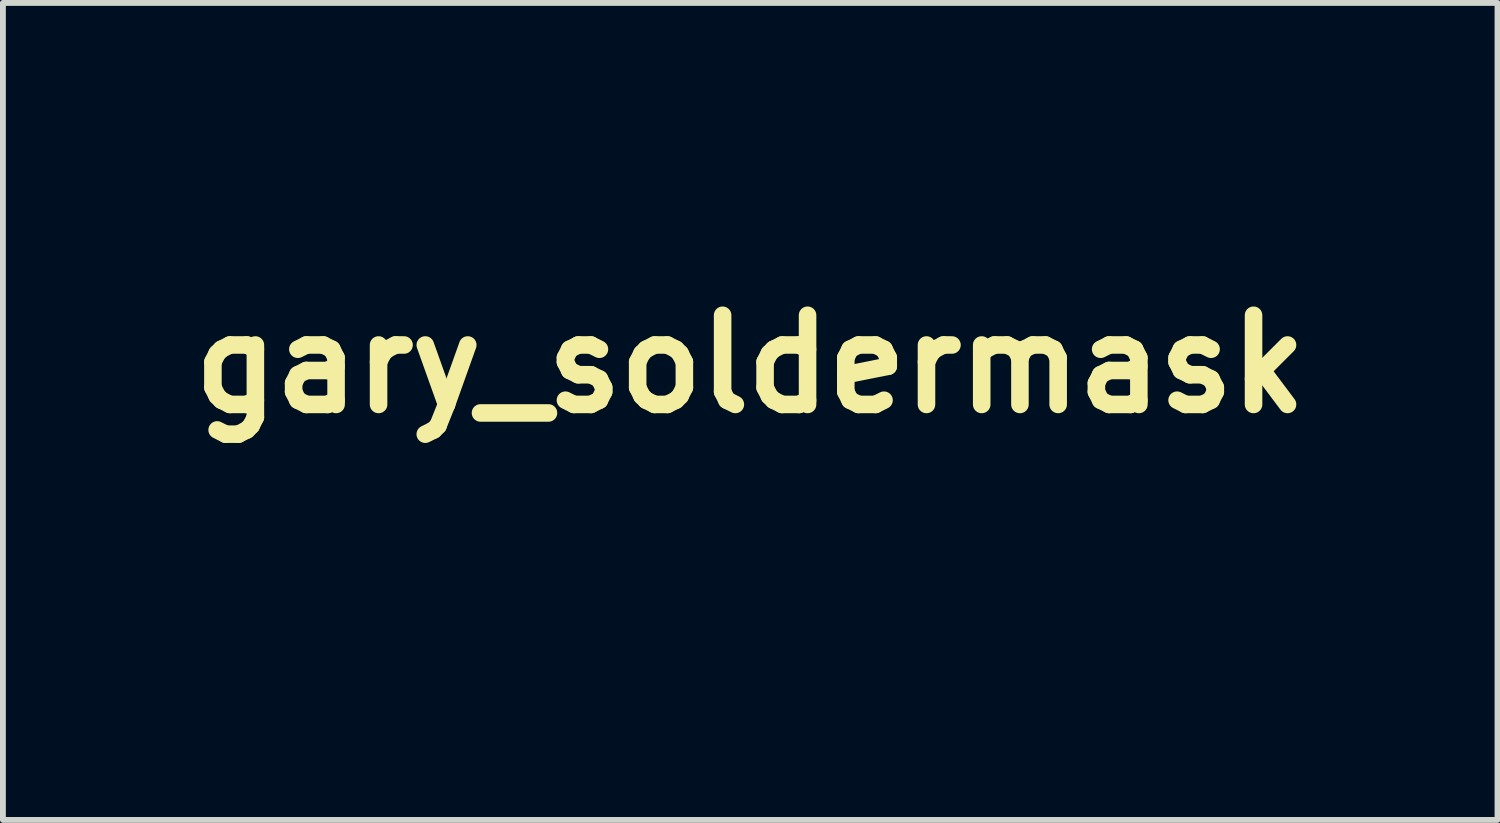
<source format=kicad_pcb>
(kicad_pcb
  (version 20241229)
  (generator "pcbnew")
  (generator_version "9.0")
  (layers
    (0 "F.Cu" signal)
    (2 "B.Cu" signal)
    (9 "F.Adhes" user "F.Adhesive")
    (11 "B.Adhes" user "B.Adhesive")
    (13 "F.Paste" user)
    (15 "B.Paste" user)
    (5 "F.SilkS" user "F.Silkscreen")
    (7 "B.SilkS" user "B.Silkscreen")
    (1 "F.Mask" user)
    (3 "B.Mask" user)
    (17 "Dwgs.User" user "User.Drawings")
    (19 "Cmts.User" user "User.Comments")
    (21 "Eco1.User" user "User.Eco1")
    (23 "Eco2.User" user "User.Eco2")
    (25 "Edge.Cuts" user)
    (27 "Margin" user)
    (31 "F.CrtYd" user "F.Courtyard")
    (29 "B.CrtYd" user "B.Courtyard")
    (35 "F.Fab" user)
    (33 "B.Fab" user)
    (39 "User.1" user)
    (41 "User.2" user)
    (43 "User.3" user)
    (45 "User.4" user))
  (footprint "gary_soldermask"
    (layer "F.Cu")
    (at 9.768 3.171)
    (property "Reference" "gary_soldermask" (at 0 0 0) (layer "F.SilkS") (effects (font (size 1.524 1.524) (thickness 0.3))))
    (attr through_hole)
    (fp_poly (pts (xy -3.857 3.352) (xy -3.864 3.354) (xy -3.859 3.347) (xy -3.857 3.352)) (stroke (width 0.01) (type solid)) (fill yes) (layer "F.Mask"))
    (fp_poly (pts (xy -2.625 3.958) (xy -2.646 3.979) (xy -2.667 3.958) (xy -2.646 3.937) (xy -2.625 3.958)) (stroke (width 0.01) (type solid)) (fill yes) (layer "F.Mask"))
    (fp_poly (pts (xy -0.169 4.763) (xy -0.191 4.784) (xy -0.212 4.763) (xy -0.191 4.741) (xy -0.169 4.763)) (stroke (width 0.01) (type solid)) (fill yes) (layer "F.Mask"))
    (fp_poly (pts (xy 1.947 -1.249) (xy 1.926 -1.228) (xy 1.905 -1.249) (xy 1.926 -1.27) (xy 1.947 -1.249)) (stroke (width 0.01) (type solid)) (fill yes) (layer "F.Mask"))
    (fp_poly (pts (xy -1.369 0.032) (xy -1.363 0.118) (xy -1.369 0.138) (xy -1.384 0.143) (xy -1.39 0.085) (xy -1.384 0.025) (xy -1.369 0.032)) (stroke (width 0.01) (type solid)) (fill yes) (layer "F.Mask"))
    (fp_poly (pts (xy -0.734 3.062) (xy -0.729 3.112) (xy -0.734 3.119) (xy -0.759 3.113) (xy -0.762 3.09) (xy -0.747 3.055) (xy -0.734 3.062)) (stroke (width 0.01) (type solid)) (fill yes) (layer "F.Mask"))
    (fp_poly (pts (xy -0.733 3.463) (xy -0.728 3.53) (xy -0.736 3.545) (xy -0.756 3.532) (xy -0.759 3.489) (xy -0.748 3.444) (xy -0.733 3.463)) (stroke (width 0.01) (type solid)) (fill yes) (layer "F.Mask"))
    (fp_poly (pts (xy -0.691 3.294) (xy -0.686 3.36) (xy -0.694 3.375) (xy -0.713 3.363) (xy -0.716 3.32) (xy -0.706 3.274) (xy -0.691 3.294)) (stroke (width 0.01) (type solid)) (fill yes) (layer "F.Mask"))
    (fp_poly (pts (xy 0.414 0.15) (xy 0.372 0.197) (xy 0.334 0.212) (xy 0.323 0.187) (xy 0.348 0.152) (xy 0.399 0.11) (xy 0.417 0.107) (xy 0.414 0.15)) (stroke (width 0.01) (type solid)) (fill yes) (layer "F.Mask"))
    (fp_poly (pts (xy -3.375 3.274) (xy -3.374 3.288) (xy -3.44 3.294) (xy -3.45 3.294) (xy -3.516 3.288) (xy -3.51 3.275) (xy -3.502 3.273) (xy -3.41 3.266) (xy -3.375 3.274)) (stroke (width 0.01) (type solid)) (fill yes) (layer "F.Mask"))
    (fp_poly (pts (xy -3.169 3.326) (xy -3.133 3.344) (xy -3.099 3.376) (xy -3.13 3.38) (xy -3.209 3.356) (xy -3.239 3.344) (xy -3.286 3.315) (xy -3.26 3.306) (xy -3.169 3.326)) (stroke (width 0.01) (type solid)) (fill yes) (layer "F.Mask"))
    (fp_poly (pts (xy -0.773 3.654) (xy -0.759 3.666) (xy -0.818 3.673) (xy -0.847 3.673) (xy -0.924 3.669) (xy -0.933 3.658) (xy -0.921 3.654) (xy -0.813 3.647) (xy -0.773 3.654)) (stroke (width 0.01) (type solid)) (fill yes) (layer "F.Mask"))
    (fp_poly (pts (xy 0.045 1.456) (xy 0.145 1.467) (xy 0.259 1.485) (xy 0.365 1.505) (xy 0.439 1.525) (xy 0.445 1.527) (xy 0.489 1.552) (xy 0.456 1.558) (xy 0.354 1.545) (xy 0.214 1.52) (xy 0.09 1.493) (xy 0.000039 1.469) (xy -0.019 1.463) (xy -0.017 1.453) (xy 0.045 1.456)) (stroke (width 0.01) (type solid)) (fill yes) (layer "F.Mask"))
    (fp_poly (pts (xy -1.367 2.812) (xy -1.275 2.833) (xy -1.134 2.858) (xy -1.007 2.876) (xy -0.873 2.894) (xy -0.819 2.905) (xy -0.84 2.91) (xy -0.931 2.911) (xy -1.086 2.904) (xy -1.233 2.885) (xy -1.262 2.879) (xy -1.365 2.848) (xy -1.429 2.817) (xy -1.431 2.815) (xy -1.421 2.801) (xy -1.367 2.812)) (stroke (width 0.01) (type solid)) (fill yes) (layer "F.Mask"))
    (fp_poly (pts (xy 0.178 1.283) (xy 0.315 1.301) (xy 0.444 1.33) (xy 0.535 1.366) (xy 0.555 1.382) (xy 0.588 1.44) (xy 0.587 1.459) (xy 0.553 1.446) (xy 0.528 1.414) (xy 0.457 1.371) (xy 0.312 1.347) (xy 0.225 1.342) (xy 0.096 1.333) (xy 0.014 1.316) (xy -0.002 1.298) (xy 0.062 1.28) (xy 0.178 1.283)) (stroke (width 0.01) (type solid)) (fill yes) (layer "F.Mask"))
    (fp_poly (pts (xy -0.042 1.635) (xy 0.019 1.674) (xy 0.125 1.719) (xy 0.262 1.734) (xy 0.391 1.719) (xy 0.462 1.683) (xy 0.503 1.653) (xy 0.5 1.69) (xy 0.499 1.693) (xy 0.444 1.744) (xy 0.336 1.769) (xy 0.201 1.766) (xy 0.066 1.736) (xy -0.021 1.694) (xy -0.093 1.64) (xy -0.112 1.612) (xy -0.106 1.61) (xy -0.042 1.635)) (stroke (width 0.01) (type solid)) (fill yes) (layer "F.Mask"))
    (fp_poly (pts (xy -0.468 -0.148) (xy -0.349 -0.099) (xy -0.194 -0.031) (xy -0.048 0.029) (xy 0.032 0.059) (xy 0.124 0.098) (xy 0.169 0.134) (xy 0.169 0.137) (xy 0.161 0.16) (xy 0.127 0.16) (xy 0.055 0.134) (xy -0.071 0.076) (xy -0.19 0.018) (xy -0.337 -0.051) (xy -0.459 -0.102) (xy -0.532 -0.126) (xy -0.539 -0.127) (xy -0.589 -0.153) (xy -0.593 -0.169) (xy -0.558 -0.174) (xy -0.468 -0.148)) (stroke (width 0.01) (type solid)) (fill yes) (layer "F.Mask"))
    (fp_poly (pts (xy -2.003 0.318) (xy -1.933 0.42) (xy -1.882 0.534) (xy -1.872 0.623) (xy -1.889 0.646) (xy -1.911 0.587) (xy -1.916 0.561) (xy -1.952 0.454) (xy -1.997 0.43) (xy -2.051 0.491) (xy -2.065 0.519) (xy -2.1 0.575) (xy -2.113 0.553) (xy -2.114 0.545) (xy -2.086 0.463) (xy -2.049 0.42) (xy -2.006 0.372) (xy -2.03 0.329) (xy -2.06 0.304) (xy -2.102 0.264) (xy -2.075 0.263) (xy -2.003 0.318)) (stroke (width 0.01) (type solid)) (fill yes) (layer "F.Mask"))
    (fp_poly (pts (xy -3.664 3.392) (xy -3.78 3.578) (xy -3.844 3.796) (xy -3.852 4.017) (xy -3.799 4.214) (xy -3.793 4.225) (xy -3.752 4.32) (xy -3.706 4.446) (xy -3.664 4.578) (xy -3.633 4.693) (xy -3.619 4.768) (xy -3.623 4.784) (xy -3.652 4.75) (xy -3.669 4.71) (xy -3.697 4.632) (xy -3.745 4.506) (xy -3.794 4.38) (xy -3.882 4.067) (xy -3.895 3.779) (xy -3.855 3.585) (xy -3.825 3.466) (xy -3.835 3.391) (xy -3.853 3.365) (xy -3.857 3.352) (xy -3.577 3.292) (xy -3.664 3.392)) (stroke (width 0.01) (type solid)) (fill yes) (layer "F.Mask"))
    (fp_poly (pts (xy -2.968 3.43) (xy -2.9 3.48) (xy -2.786 3.578) (xy -2.639 3.715) (xy -2.471 3.876) (xy -2.295 4.051) (xy -2.123 4.228) (xy -1.968 4.393) (xy -1.92 4.446) (xy -1.809 4.563) (xy -1.703 4.663) (xy -1.647 4.708) (xy -1.584 4.759) (xy -1.572 4.781) (xy -1.573 4.781) (xy -1.618 4.759) (xy -1.711 4.699) (xy -1.827 4.615) (xy -2.017 4.472) (xy -2.166 4.355) (xy -2.302 4.24) (xy -2.434 4.121) (xy -2.603 3.967) (xy -2.445 4.081) (xy -2.352 4.141) (xy -2.295 4.166) (xy -2.286 4.161) (xy -2.315 4.111) (xy -2.392 4.019) (xy -2.502 3.899) (xy -2.632 3.768) (xy -2.767 3.64) (xy -2.879 3.541) (xy -2.962 3.466) (xy -2.993 3.427) (xy -2.968 3.43)) (stroke (width 0.01) (type solid)) (fill yes) (layer "F.Mask"))
    (fp_poly (pts (xy -0.767 0.096) (xy -0.653 0.121) (xy -0.511 0.155) (xy -0.361 0.193) (xy -0.22 0.231) (xy -0.109 0.263) (xy -0.046 0.285) (xy -0.043 0.292) (xy -0.126 0.284) (xy -0.24 0.258) (xy -0.244 0.257) (xy -0.339 0.237) (xy -0.377 0.254) (xy -0.381 0.278) (xy -0.407 0.331) (xy -0.463 0.332) (xy -0.516 0.285) (xy -0.528 0.259) (xy -0.583 0.199) (xy -0.684 0.154) (xy -0.791 0.137) (xy -0.851 0.151) (xy -0.874 0.204) (xy -0.887 0.31) (xy -0.889 0.364) (xy -0.853 0.547) (xy -0.755 0.685) (xy -0.61 0.77) (xy -0.432 0.792) (xy -0.241 0.747) (xy -0.129 0.677) (xy -0.028 0.575) (xy 0.044 0.465) (xy 0.069 0.371) (xy 0.065 0.349) (xy 0.07 0.301) (xy 0.086 0.296) (xy 0.128 0.324) (xy 0.122 0.396) (xy 0.078 0.494) (xy 0.006 0.6) (xy -0.085 0.696) (xy -0.166 0.755) (xy -0.339 0.83) (xy -0.495 0.837) (xy -0.665 0.779) (xy -0.677 0.773) (xy -0.828 0.658) (xy -0.922 0.503) (xy -0.95 0.331) (xy -0.931 0.233) (xy -0.887 0.137) (xy -0.841 0.088) (xy -0.833 0.086) (xy -0.767 0.096)) (stroke (width 0.01) (type solid)) (fill yes) (layer "F.Mask"))
    (fp_poly (pts (xy 2.146 2.831) (xy 2.263 2.93) (xy 2.324 3.07) (xy 2.328 3.121) (xy 2.347 3.245) (xy 2.396 3.4) (xy 2.438 3.496) (xy 2.504 3.652) (xy 2.553 3.806) (xy 2.569 3.881) (xy 2.575 3.952) (xy 2.565 4.013) (xy 2.532 4.079) (xy 2.465 4.165) (xy 2.354 4.284) (xy 2.226 4.417) (xy 2.088 4.556) (xy 1.975 4.665) (xy 1.896 4.734) (xy 1.863 4.752) (xy 1.863 4.751) (xy 1.891 4.706) (xy 1.967 4.616) (xy 2.079 4.493) (xy 2.205 4.362) (xy 2.352 4.21) (xy 2.448 4.104) (xy 2.503 4.028) (xy 2.526 3.967) (xy 2.527 3.906) (xy 2.519 3.86) (xy 2.487 3.741) (xy 2.436 3.61) (xy 2.379 3.491) (xy 2.327 3.409) (xy 2.297 3.387) (xy 2.253 3.416) (xy 2.182 3.488) (xy 2.169 3.503) (xy 2.115 3.564) (xy 2.1 3.572) (xy 2.126 3.519) (xy 2.181 3.42) (xy 2.261 3.231) (xy 2.269 3.079) (xy 2.204 2.955) (xy 2.149 2.906) (xy 2.048 2.849) (xy 1.957 2.849) (xy 1.916 2.862) (xy 1.828 2.918) (xy 1.811 2.975) (xy 1.801 3.053) (xy 1.76 3.162) (xy 1.704 3.273) (xy 1.647 3.357) (xy 1.605 3.387) (xy 1.597 3.357) (xy 1.634 3.284) (xy 1.65 3.261) (xy 1.717 3.134) (xy 1.756 3.003) (xy 1.756 3) (xy 1.795 2.873) (xy 1.88 2.809) (xy 1.995 2.795) (xy 2.146 2.831)) (stroke (width 0.01) (type solid)) (fill yes) (layer "F.Mask"))
    (fp_poly (pts (xy 0.959 -3.152) (xy 1.182 -3.113) (xy 1.41 -3.044) (xy 1.655 -2.94) (xy 1.931 -2.796) (xy 2.25 -2.609) (xy 2.504 -2.451) (xy 2.803 -2.267) (xy 3.044 -2.13) (xy 3.238 -2.034) (xy 3.393 -1.974) (xy 3.397 -1.973) (xy 3.463 -1.927) (xy 3.458 -1.864) (xy 3.386 -1.803) (xy 3.338 -1.782) (xy 3.221 -1.756) (xy 3.061 -1.74) (xy 2.948 -1.736) (xy 2.691 -1.736) (xy 2.891 -1.533) (xy 3.022 -1.388) (xy 3.082 -1.291) (xy 3.073 -1.24) (xy 2.993 -1.236) (xy 2.985 -1.238) (xy 2.897 -1.248) (xy 2.889 -1.232) (xy 2.959 -1.195) (xy 2.985 -1.185) (xy 3.063 -1.132) (xy 3.09 -1.075) (xy 3.082 -1.042) (xy 3.045 -1.024) (xy 2.965 -1.02) (xy 2.825 -1.026) (xy 2.709 -1.035) (xy 2.542 -1.046) (xy 2.412 -1.05) (xy 2.338 -1.047) (xy 2.328 -1.042) (xy 2.366 -1.009) (xy 2.466 -0.956) (xy 2.613 -0.893) (xy 2.787 -0.826) (xy 2.973 -0.763) (xy 3.048 -0.74) (xy 3.209 -0.685) (xy 3.324 -0.631) (xy 3.377 -0.588) (xy 3.378 -0.584) (xy 3.349 -0.528) (xy 3.256 -0.456) (xy 3.115 -0.378) (xy 2.943 -0.302) (xy 2.756 -0.237) (xy 2.755 -0.237) (xy 2.56 -0.198) (xy 2.314 -0.177) (xy 2.05 -0.172) (xy 1.801 -0.186) (xy 1.613 -0.214) (xy 1.498 -0.236) (xy 1.419 -0.232) (xy 1.371 -0.192) (xy 1.35 -0.104) (xy 1.35 0.043) (xy 1.369 0.258) (xy 1.379 0.352) (xy 1.39 0.502) (xy 1.377 0.607) (xy 1.333 0.704) (xy 1.295 0.764) (xy 1.2 0.97) (xy 1.143 1.23) (xy 1.108 1.445) (xy 1.066 1.651) (xy 1.022 1.833) (xy 0.98 1.974) (xy 0.944 2.058) (xy 0.926 2.074) (xy 0.896 2.11) (xy 0.889 2.156) (xy 0.861 2.232) (xy 0.791 2.337) (xy 0.738 2.398) (xy 0.587 2.558) (xy 0.685 2.729) (xy 0.727 2.81) (xy 0.755 2.894) (xy 0.772 2.998) (xy 0.78 3.143) (xy 0.783 3.348) (xy 0.783 3.418) (xy 0.785 3.653) (xy 0.794 3.811) (xy 0.813 3.901) (xy 0.846 3.93) (xy 0.896 3.906) (xy 0.966 3.839) (xy 1.035 3.726) (xy 1.058 3.569) (xy 1.058 3.551) (xy 1.082 3.376) (xy 1.16 3.202) (xy 1.184 3.162) (xy 1.263 3.047) (xy 1.328 2.988) (xy 1.406 2.966) (xy 1.481 2.963) (xy 1.596 2.963) (xy 1.672 2.961) (xy 1.682 2.96) (xy 1.722 2.99) (xy 1.729 3.006) (xy 1.711 3.034) (xy 1.626 3.035) (xy 1.56 3.027) (xy 1.435 3.016) (xy 1.356 3.037) (xy 1.286 3.098) (xy 1.176 3.276) (xy 1.112 3.502) (xy 1.101 3.658) (xy 1.088 3.787) (xy 1.041 3.864) (xy 1.005 3.891) (xy 0.936 3.942) (xy 0.82 4.036) (xy 0.676 4.158) (xy 0.545 4.271) (xy 0.18 4.593) (xy 0.402 4.619) (xy 0.551 4.647) (xy 0.679 4.69) (xy 0.724 4.714) (xy 0.779 4.764) (xy 0.766 4.782) (xy 0.694 4.766) (xy 0.613 4.733) (xy 0.509 4.704) (xy 0.423 4.731) (xy 0.421 4.733) (xy 0.335 4.762) (xy 0.21 4.779) (xy 0.076 4.782) (xy -0.038 4.772) (xy -0.101 4.748) (xy -0.104 4.745) (xy -0.088 4.704) (xy -0.028 4.671) (xy 0.046 4.628) (xy 0.161 4.541) (xy 0.3 4.425) (xy 0.38 4.353) (xy 0.532 4.206) (xy 0.638 4.079) (xy 0.704 3.951) (xy 0.741 3.798) (xy 0.757 3.6) (xy 0.76 3.408) (xy 0.743 3.1) (xy 0.687 2.865) (xy 0.6 2.708) (xy 0.552 2.657) (xy 0.5 2.636) (xy 0.418 2.641) (xy 0.284 2.669) (xy 0.042 2.723) (xy 0.042 2.883) (xy 0.005 3.132) (xy -0.106 3.341) (xy -0.14 3.382) (xy -0.24 3.465) (xy -0.376 3.546) (xy -0.514 3.609) (xy -0.624 3.637) (xy -0.635 3.637) (xy -0.64 3.623) (xy -0.58 3.592) (xy -0.538 3.576) (xy -0.297 3.451) (xy -0.126 3.281) (xy -0.026 3.067) (xy 0 2.857) (xy -0.007 2.758) (xy -0.044 2.717) (xy -0.138 2.709) (xy -0.147 2.709) (xy -0.286 2.732) (xy -0.424 2.789) (xy -0.433 2.794) (xy -0.546 2.85) (xy -0.645 2.877) (xy -0.656 2.878) (xy -0.711 2.871) (xy -0.688 2.844) (xy -0.679 2.838) (xy -0.643 2.803) (xy -0.683 2.775) (xy -0.7 2.769) (xy -1.026 2.648) (xy -1.293 2.538) (xy -1.491 2.443) (xy -1.578 2.391) (xy -1.708 2.32) (xy -1.791 2.312) (xy -1.823 2.356) (xy -1.8 2.442) (xy -1.72 2.561) (xy -1.656 2.63) (xy -1.563 2.728) (xy -1.523 2.783) (xy -1.538 2.788) (xy -1.608 2.738) (xy -1.633 2.718) (xy -1.772 2.567) (xy -1.842 2.412) (xy -1.843 2.294) (xy -1.837 2.197) (xy -1.886 2.128) (xy -1.929 2.097) (xy -2.021 2.05) (xy -2.097 2.056) (xy -2.147 2.079) (xy -2.271 2.19) (xy -2.358 2.354) (xy -2.403 2.548) (xy -2.4 2.746) (xy -2.345 2.924) (xy -2.33 2.95) (xy -2.145 3.182) (xy -1.898 3.383) (xy -1.611 3.54) (xy -1.306 3.637) (xy -1.279 3.643) (xy -1.079 3.68) (xy -1.275 3.666) (xy -1.493 3.622) (xy -1.725 3.528) (xy -1.953 3.396) (xy -2.155 3.239) (xy -2.315 3.071) (xy -2.411 2.905) (xy -2.415 2.894) (xy -2.443 2.732) (xy -2.442 2.543) (xy -2.413 2.371) (xy -2.394 2.316) (xy -2.38 2.274) (xy -2.399 2.263) (xy -2.467 2.282) (xy -2.571 2.32) (xy -2.826 2.443) (xy -3.102 2.62) (xy -3.373 2.832) (xy -3.613 3.06) (xy -3.705 3.163) (xy -3.859 3.347) (xy -3.865 3.328) (xy -3.844 3.274) (xy -3.78 3.191) (xy -3.666 3.071) (xy -3.566 2.971) (xy -3.254 2.691) (xy -2.942 2.466) (xy -2.645 2.306) (xy -2.545 2.267) (xy -2.393 2.197) (xy -2.248 2.106) (xy -2.229 2.092) (xy -2.087 1.978) (xy -2.196 1.783) (xy -2.264 1.641) (xy -2.297 1.496) (xy -2.307 1.309) (xy -2.307 1.306) (xy -2.313 1.135) (xy -2.336 1.022) (xy -2.381 0.944) (xy -2.391 0.932) (xy -2.444 0.825) (xy -2.472 0.672) (xy -2.473 0.549) (xy -2.416 0.549) (xy -2.404 0.719) (xy -2.348 0.855) (xy -2.33 0.877) (xy -2.195 0.971) (xy -2.04 1.001) (xy -1.895 0.963) (xy -1.878 0.953) (xy -1.797 0.91) (xy -1.75 0.903) (xy -1.749 0.904) (xy -1.762 0.937) (xy -1.831 0.979) (xy -1.933 1.02) (xy -2.042 1.05) (xy -2.115 1.058) (xy -2.244 1.058) (xy -2.244 1.32) (xy -2.213 1.599) (xy -2.117 1.831) (xy -1.949 2.026) (xy -1.863 2.095) (xy -1.68 2.219) (xy -1.494 2.322) (xy -1.287 2.409) (xy -1.046 2.485) (xy -0.754 2.557) (xy -0.395 2.63) (xy -0.339 2.641) (xy -0.217 2.652) (xy -0.062 2.651) (xy 0.099 2.641) (xy 0.239 2.622) (xy 0.332 2.598) (xy 0.351 2.587) (xy 0.433 2.545) (xy 0.471 2.54) (xy 0.542 2.508) (xy 0.635 2.426) (xy 0.731 2.319) (xy 0.808 2.209) (xy 0.846 2.121) (xy 0.847 2.109) (xy 0.864 2.044) (xy 0.885 2.032) (xy 0.912 1.994) (xy 0.948 1.892) (xy 0.989 1.747) (xy 1.029 1.579) (xy 1.065 1.409) (xy 1.09 1.256) (xy 1.101 1.14) (xy 1.101 1.133) (xy 1.094 1.035) (xy 1.064 1) (xy 0.999 1.005) (xy 0.887 1.004) (xy 0.821 0.982) (xy 0.71 0.962) (xy 0.648 0.977) (xy 0.568 1) (xy 0.558 0.986) (xy 0.616 0.944) (xy 0.665 0.916) (xy 0.78 0.856) (xy 0.633 0.762) (xy 0.559 0.711) (xy 0.542 0.688) (xy 0.556 0.691) (xy 0.604 0.687) (xy 0.633 0.625) (xy 0.636 0.611) (xy 0.679 0.611) (xy 0.686 0.706) (xy 0.711 0.759) (xy 0.721 0.762) (xy 0.766 0.797) (xy 0.804 0.868) (xy 0.86 0.952) (xy 0.947 0.969) (xy 1.068 0.929) (xy 1.159 0.863) (xy 1.248 0.761) (xy 1.315 0.649) (xy 1.343 0.556) (xy 1.34 0.53) (xy 1.291 0.487) (xy 1.211 0.467) (xy 1.136 0.472) (xy 1.101 0.506) (xy 1.101 0.508) (xy 1.066 0.546) (xy 1.037 0.55) (xy 0.981 0.527) (xy 0.974 0.507) (xy 0.939 0.46) (xy 0.865 0.414) (xy 0.778 0.386) (xy 0.729 0.41) (xy 0.717 0.426) (xy 0.689 0.507) (xy 0.679 0.611) (xy 0.636 0.611) (xy 0.647 0.544) (xy 0.667 0.431) (xy 0.687 0.36) (xy 0.693 0.352) (xy 0.743 0.347) (xy 0.852 0.357) (xy 0.997 0.378) (xy 0.999 0.379) (xy 1.158 0.403) (xy 1.253 0.406) (xy 1.304 0.389) (xy 1.318 0.373) (xy 1.346 0.318) (xy 1.337 0.274) (xy 1.28 0.222) (xy 1.164 0.146) (xy 1.058 0.074) (xy 0.989 0.017) (xy 0.974 -0.003) (xy 0.936 -0.024) (xy 0.911 -0.03) (xy 1 -0.03) (xy 1.116 0.069) (xy 1.219 0.144) (xy 1.285 0.166) (xy 1.304 0.133) (xy 1.296 0.102) (xy 1.273 0.012) (xy 1.27 -0.017) (xy 1.233 -0.053) (xy 1.135 -0.05) (xy 1 -0.03) (xy 0.911 -0.03) (xy 0.839 -0.048) (xy 0.771 -0.058) (xy 0.507 -0.123) (xy 0.239 -0.242) (xy -0.017 -0.401) (xy -0.241 -0.587) (xy -0.415 -0.789) (xy -0.515 -0.974) (xy -0.586 -1.164) (xy -0.59 -1.012) (xy -0.583 -0.883) (xy -0.562 -0.718) (xy -0.544 -0.62) (xy -0.522 -0.487) (xy -0.513 -0.39) (xy -0.518 -0.357) (xy -0.586 -0.345) (xy -0.697 -0.384) (xy -0.833 -0.467) (xy -0.97 -0.576) (xy -1.071 -0.666) (xy -1.139 -0.71) (xy -1.184 -0.701) (xy -1.216 -0.631) (xy -1.246 -0.491) (xy -1.271 -0.349) (xy -1.3 -0.204) (xy -1.326 -0.102) (xy -1.344 -0.061) (xy -1.346 -0.062) (xy -1.347 -0.109) (xy -1.334 -0.22) (xy -1.308 -0.374) (xy -1.293 -0.455) (xy -1.259 -0.636) (xy -1.243 -0.761) (xy -1.245 -0.857) (xy -1.266 -0.953) (xy -1.306 -1.076) (xy -1.307 -1.081) (xy -1.354 -1.215) (xy -1.38 -1.275) (xy -1.392 -1.269) (xy -1.395 -1.201) (xy -1.396 -1.173) (xy -1.401 -1.072) (xy -1.423 -1.037) (xy -1.473 -1.054) (xy -1.48 -1.057) (xy -1.546 -1.113) (xy -1.638 -1.217) (xy -1.733 -1.34) (xy -1.83 -1.465) (xy -1.896 -1.524) (xy -1.924 -1.519) (xy -1.938 -1.459) (xy -1.965 -1.332) (xy -2.001 -1.151) (xy -2.043 -0.933) (xy -2.075 -0.762) (xy -2.121 -0.524) (xy -2.162 -0.311) (xy -2.196 -0.139) (xy -2.22 -0.023) (xy -2.23 0.016) (xy -2.235 0.071) (xy -2.189 0.079) (xy -2.141 0.068) (xy -1.994 0.07) (xy -1.846 0.132) (xy -1.729 0.236) (xy -1.692 0.299) (xy -1.626 0.394) (xy -1.547 0.431) (xy -1.476 0.409) (xy -1.438 0.329) (xy -1.436 0.307) (xy -1.427 0.241) (xy -1.411 0.244) (xy -1.411 0.245) (xy -1.403 0.328) (xy -1.413 0.398) (xy -1.452 0.47) (xy -1.535 0.492) (xy -1.566 0.491) (xy -1.664 0.471) (xy -1.693 0.415) (xy -1.72 0.336) (xy -1.784 0.239) (xy -1.794 0.227) (xy -1.926 0.129) (xy -2.077 0.104) (xy -2.223 0.154) (xy -2.313 0.235) (xy -2.386 0.377) (xy -2.416 0.549) (xy -2.473 0.549) (xy -2.473 0.504) (xy -2.448 0.355) (xy -2.404 0.265) (xy -2.381 0.237) (xy -2.361 0.208) (xy -2.343 0.166) (xy -2.322 0.101) (xy -2.298 0.002) (xy -2.267 -0.14) (xy -2.226 -0.336) (xy -2.174 -0.597) (xy -2.123 -0.847) (xy -2.081 -1.055) (xy -2.039 -1.254) (xy -2.004 -1.416) (xy -1.989 -1.485) (xy -1.966 -1.736) (xy -1.983 -1.852) (xy -1.996 -2.059) (xy -1.93 -2.059) (xy -1.924 -1.924) (xy -1.889 -1.783) (xy -1.844 -1.663) (xy -1.782 -1.533) (xy -1.709 -1.406) (xy -1.635 -1.292) (xy -1.567 -1.203) (xy -1.515 -1.152) (xy -1.486 -1.15) (xy -1.489 -1.208) (xy -1.492 -1.221) (xy -1.496 -1.292) (xy -1.478 -1.312) (xy -1.452 -1.35) (xy -1.44 -1.441) (xy -1.439 -1.458) (xy -1.428 -1.563) (xy -1.401 -1.627) (xy -1.397 -1.63) (xy -1.367 -1.613) (xy -1.355 -1.53) (xy -1.355 -1.522) (xy -1.329 -1.312) (xy -1.259 -1.093) (xy -1.154 -0.882) (xy -1.026 -0.693) (xy -0.884 -0.544) (xy -0.739 -0.449) (xy -0.629 -0.424) (xy -0.586 -0.436) (xy -0.578 -0.489) (xy -0.596 -0.582) (xy -0.617 -0.726) (xy -0.627 -0.913) (xy -0.627 -1.112) (xy -0.617 -1.292) (xy -0.597 -1.424) (xy -0.593 -1.439) (xy -0.571 -1.495) (xy -0.56 -1.483) (xy -0.555 -1.394) (xy -0.555 -1.376) (xy -0.512 -1.107) (xy -0.405 -0.847) (xy -0.247 -0.628) (xy -0.233 -0.613) (xy -0.059 -0.469) (xy 0.152 -0.341) (xy 0.385 -0.234) (xy 0.622 -0.152) (xy 0.848 -0.102) (xy 1.047 -0.087) (xy 1.204 -0.113) (xy 1.277 -0.155) (xy 1.345 -0.235) (xy 1.336 -0.283) (xy 1.265 -0.296) (xy 1.203 -0.288) (xy 1.213 -0.249) (xy 1.233 -0.223) (xy 1.237 -0.207) (xy 1.191 -0.238) (xy 1.109 -0.302) (xy 1.091 -0.318) (xy 1.143 -0.318) (xy 1.164 -0.296) (xy 1.185 -0.318) (xy 1.164 -0.339) (xy 1.143 -0.318) (xy 1.091 -0.318) (xy 1.004 -0.39) (xy 0.89 -0.49) (xy 0.779 -0.591) (xy 0.69 -0.677) (xy 0.577 -0.812) (xy 0.472 -0.969) (xy 0.446 -1.016) (xy 0.395 -1.136) (xy 0.345 -1.285) (xy 0.301 -1.441) (xy 0.271 -1.581) (xy 0.259 -1.682) (xy 0.266 -1.719) (xy 0.283 -1.692) (xy 0.309 -1.601) (xy 0.337 -1.474) (xy 0.442 -1.127) (xy 0.608 -0.832) (xy 0.831 -0.594) (xy 1.079 -0.433) (xy 1.374 -0.322) (xy 1.716 -0.249) (xy 2.075 -0.218) (xy 2.423 -0.23) (xy 2.733 -0.288) (xy 2.758 -0.296) (xy 2.926 -0.356) (xy 3.081 -0.423) (xy 3.207 -0.49) (xy 3.291 -0.549) (xy 3.319 -0.591) (xy 3.302 -0.606) (xy 3.229 -0.627) (xy 3.105 -0.663) (xy 2.985 -0.698) (xy 2.781 -0.768) (xy 2.561 -0.862) (xy 2.35 -0.966) (xy 2.173 -1.069) (xy 2.158 -1.079) (xy 2.244 -1.079) (xy 2.265 -1.058) (xy 2.286 -1.079) (xy 2.265 -1.101) (xy 2.244 -1.079) (xy 2.158 -1.079) (xy 2.074 -1.141) (xy 2.011 -1.198) (xy 2.012 -1.209) (xy 2.059 -1.189) (xy 2.14 -1.165) (xy 2.277 -1.138) (xy 2.448 -1.112) (xy 2.631 -1.089) (xy 2.8 -1.071) (xy 2.934 -1.063) (xy 3.009 -1.066) (xy 3.01 -1.067) (xy 3.004 -1.094) (xy 2.936 -1.149) (xy 2.823 -1.22) (xy 2.818 -1.222) (xy 2.685 -1.303) (xy 2.612 -1.36) (xy 2.601 -1.388) (xy 2.657 -1.381) (xy 2.714 -1.362) (xy 2.87 -1.308) (xy 2.962 -1.286) (xy 2.992 -1.303) (xy 2.959 -1.363) (xy 2.864 -1.471) (xy 2.731 -1.61) (xy 2.549 -1.787) (xy 2.343 -1.974) (xy 2.145 -2.144) (xy 2.055 -2.216) (xy 1.859 -2.368) (xy 1.727 -2.473) (xy 1.655 -2.534) (xy 1.638 -2.556) (xy 1.672 -2.541) (xy 1.714 -2.516) (xy 1.842 -2.432) (xy 2.011 -2.309) (xy 2.197 -2.164) (xy 2.378 -2.015) (xy 2.477 -1.93) (xy 2.576 -1.848) (xy 2.662 -1.802) (xy 2.766 -1.784) (xy 2.921 -1.781) (xy 3.088 -1.79) (xy 3.239 -1.813) (xy 3.323 -1.838) (xy 3.404 -1.878) (xy 3.414 -1.903) (xy 3.365 -1.927) (xy 3.189 -1.998) (xy 3.016 -2.081) (xy 2.826 -2.185) (xy 2.599 -2.322) (xy 2.461 -2.408) (xy 2.088 -2.638) (xy 1.767 -2.818) (xy 1.489 -2.952) (xy 1.24 -3.044) (xy 1.01 -3.1) (xy 0.787 -3.123) (xy 0.559 -3.117) (xy 0.546 -3.116) (xy 0.163 -3.062) (xy -0.148 -2.967) (xy -0.362 -2.854) (xy -0.465 -2.788) (xy -0.535 -2.767) (xy -0.609 -2.785) (xy -0.665 -2.811) (xy -0.68 -2.815) (xy -0.55 -2.815) (xy -0.529 -2.794) (xy -0.508 -2.815) (xy -0.529 -2.836) (xy -0.55 -2.815) (xy -0.68 -2.815) (xy -0.881 -2.871) (xy -1.126 -2.871) (xy -1.373 -2.812) (xy -1.473 -2.769) (xy -1.661 -2.653) (xy -1.788 -2.513) (xy -1.873 -2.326) (xy -1.902 -2.217) (xy -1.93 -2.059) (xy -1.996 -2.059) (xy -2 -2.105) (xy -1.946 -2.357) (xy -1.829 -2.582) (xy -1.729 -2.697) (xy -1.535 -2.826) (xy -1.293 -2.909) (xy -1.026 -2.943) (xy -0.762 -2.92) (xy -0.729 -2.912) (xy -0.626 -2.892) (xy -0.537 -2.895) (xy -0.433 -2.925) (xy -0.286 -2.988) (xy -0.26 -3) (xy -0.107 -3.065) (xy 0.035 -3.108) (xy 0.194 -3.135) (xy 0.401 -3.154) (xy 0.469 -3.158) (xy 0.725 -3.166) (xy 0.959 -3.152)) (stroke (width 0.01) (type solid)) (fill yes) (layer "F.Mask")))
  (gr_rect
    (start -3 -3)
    (end 22.536 10.959)
    (stroke (width 0.1) (type default))
    (fill no)
    (layer "Edge.Cuts")))
</source>
